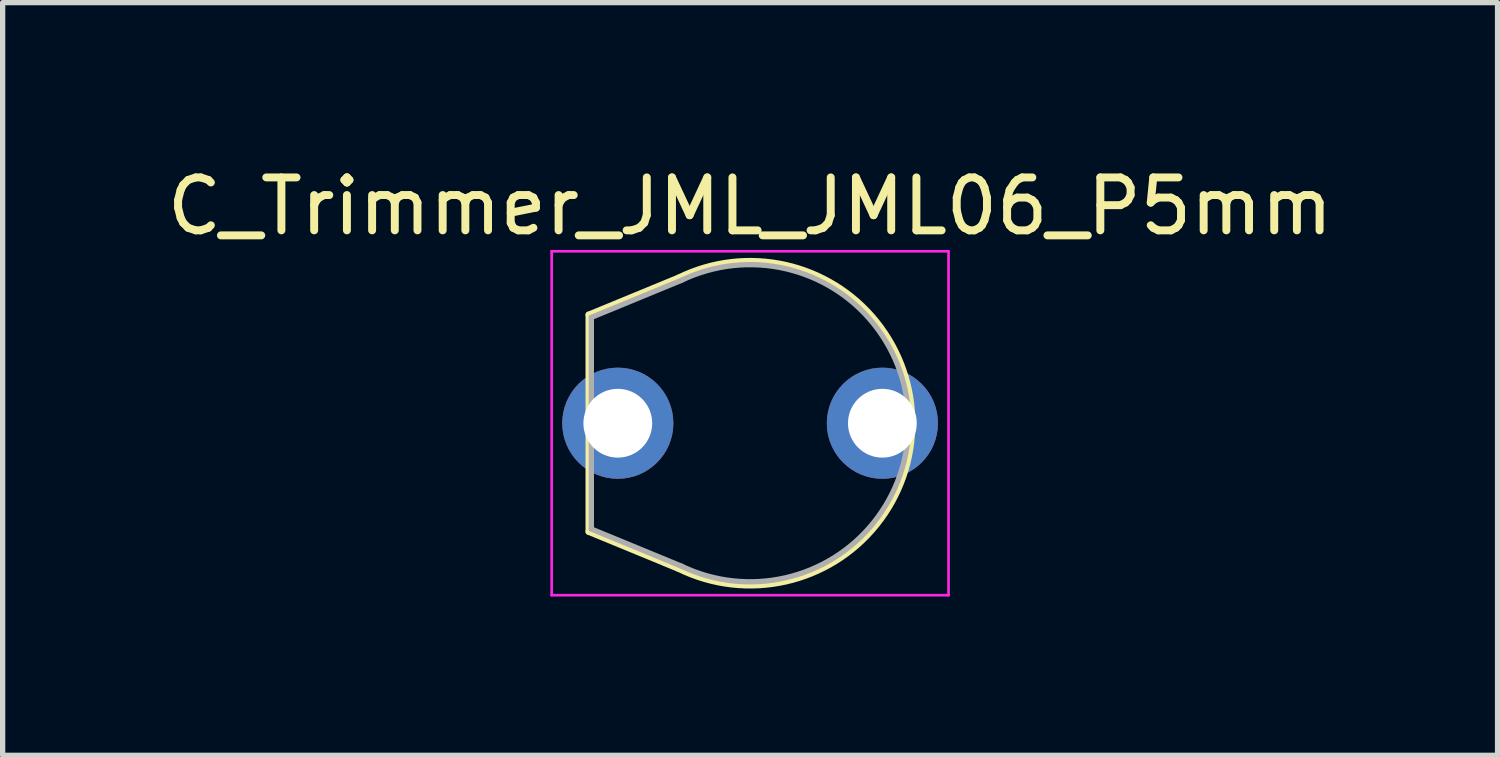
<source format=kicad_pcb>
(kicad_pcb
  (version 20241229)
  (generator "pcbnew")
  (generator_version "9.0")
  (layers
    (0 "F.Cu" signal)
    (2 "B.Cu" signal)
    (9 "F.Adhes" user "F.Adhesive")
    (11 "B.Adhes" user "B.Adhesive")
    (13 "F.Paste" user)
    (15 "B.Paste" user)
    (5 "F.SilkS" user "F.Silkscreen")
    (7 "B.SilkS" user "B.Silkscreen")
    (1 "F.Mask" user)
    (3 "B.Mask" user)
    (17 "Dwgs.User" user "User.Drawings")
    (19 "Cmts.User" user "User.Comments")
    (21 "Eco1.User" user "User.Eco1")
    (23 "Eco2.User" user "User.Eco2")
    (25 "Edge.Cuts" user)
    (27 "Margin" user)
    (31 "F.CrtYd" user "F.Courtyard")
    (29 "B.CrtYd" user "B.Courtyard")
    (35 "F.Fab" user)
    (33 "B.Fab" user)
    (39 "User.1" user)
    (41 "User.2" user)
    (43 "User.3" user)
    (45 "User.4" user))
  (footprint "C_Trimmer_JML_JML06_P5mm"
    (layer "F.Cu")
    (at 8.625 4.948)
    (property "Reference" "C_Trimmer_JML_JML06_P5mm" (at 2.5 -4.1 0) (layer "F.SilkS") (effects (font (size 1 1) (thickness 0.15))))
    (attr through_hole)
    (fp_line (start -0.55 -2.05) (end -0.55 2.05) (stroke (width 0.12) (type solid)) (layer "F.SilkS"))
    (fp_line (start -0.55 -2.05) (end 1.15 -2.75) (stroke (width 0.12) (type solid)) (layer "F.SilkS"))
    (fp_line (start -0.55 2.05) (end 1.15 2.75) (stroke (width 0.12) (type solid)) (layer "F.SilkS"))
    (fp_arc (start 1.15 -2.75) (mid 5.563495 0) (end 1.15 2.75) (stroke (width 0.12) (type solid)) (layer "F.SilkS"))
    (fp_line (start -1.25 -3.25) (end 6.25 -3.25) (stroke (width 0.05) (type solid)) (layer "F.CrtYd"))
    (fp_line (start -1.25 3.25) (end -1.25 -3.25) (stroke (width 0.05) (type solid)) (layer "F.CrtYd"))
    (fp_line (start 6.25 -3.25) (end 6.25 3.25) (stroke (width 0.05) (type solid)) (layer "F.CrtYd"))
    (fp_line (start 6.25 3.25) (end -1.25 3.25) (stroke (width 0.05) (type solid)) (layer "F.CrtYd"))
    (fp_line (start -0.5 -2) (end -0.5 2) (stroke (width 0.1) (type solid)) (layer "F.Fab"))
    (fp_line (start -0.5 -2) (end 1.2 -2.7) (stroke (width 0.1) (type solid)) (layer "F.Fab"))
    (fp_line (start -0.5 2) (end 1.2 2.7) (stroke (width 0.1) (type solid)) (layer "F.Fab"))
    (fp_arc (start 1.200938 -2.700452) (mid 5.496665 0.000521) (end 1.2 2.7) (stroke (width 0.1) (type solid)) (layer "F.Fab"))
    (pad "1" thru_hole circle (at 0 0) (size 2.1 2.1) (drill 1.3) (layers "*.Cu" "*.Mask"))
    (pad "2" thru_hole circle (at 5 0) (size 2.1 2.1) (drill 1.3) (layers "*.Cu" "*.Mask")))
  (gr_rect
    (start -3 -3)
    (end 25.25 11.223)
    (stroke (width 0.1) (type default))
    (fill no)
    (layer "Edge.Cuts")))
</source>
